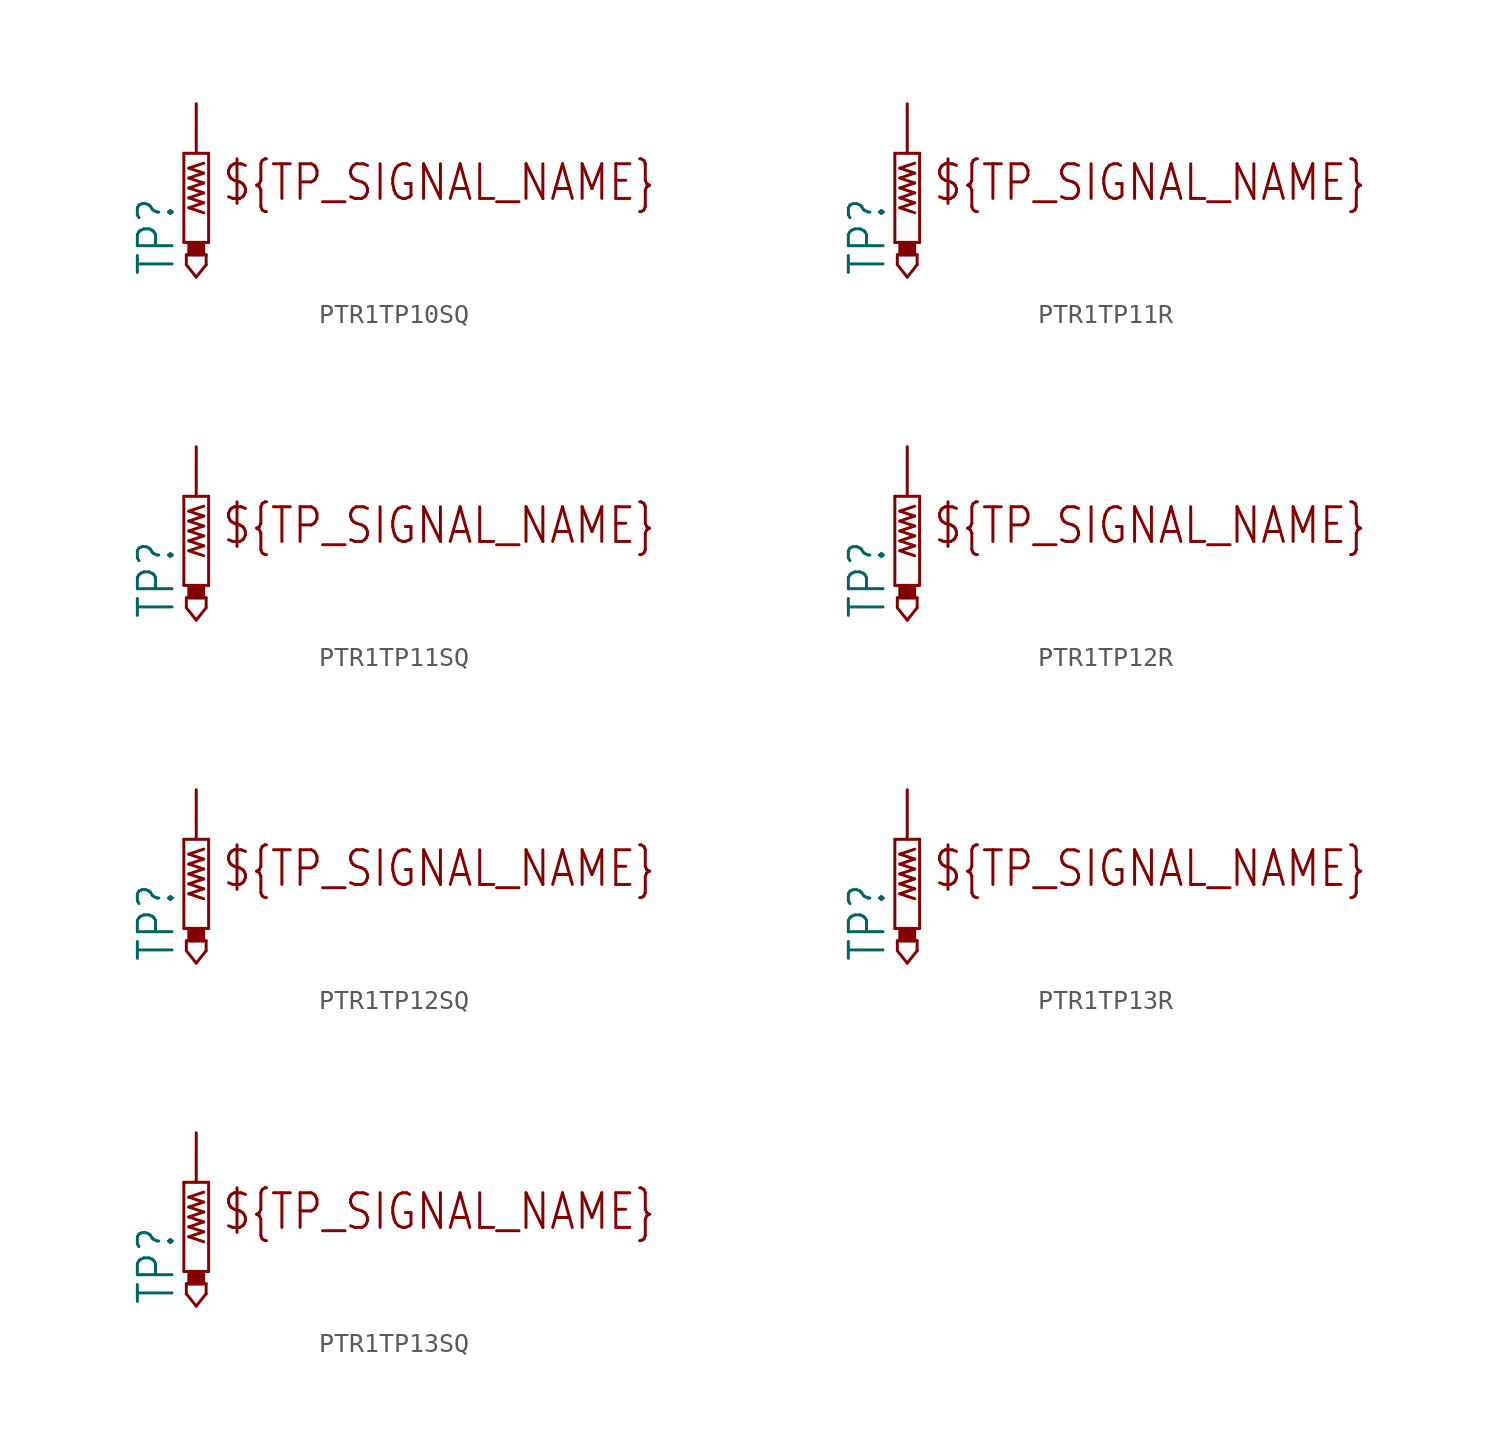
<source format=kicad_sym>
(kicad_symbol_lib
  (version 20231120)
  (generator "kicad_symbol_editor")
  (generator_version "8.0")
  (symbol "PTR1TP10SQ"
    (property "Reference" "TP"
      (at -1.016 -6.35 90)
      (effects (font (size 1.778 1.511)) (justify left bottom)))
    (property "ki_locked" ""
      (at 0 0 0)
      (effects (font (size 1.27 1.27))))
    (symbol "PTR1TP10SQ_1_0"
      (rectangle (start -0.381 -5.207) (end 0.381 -4.572) (stroke (width 0) (type default)) (fill (type outline)))
      (polyline (pts (xy -0.635 0) (xy -0.635 -4.572)) (stroke (width 0.152) (type solid)) (fill (type none)))
      (polyline (pts (xy -0.508 -5.715) (xy 0 -6.35)) (stroke (width 0.152) (type solid)) (fill (type none)))
      (polyline (pts (xy -0.508 -5.207) (xy -0.508 -5.715)) (stroke (width 0.152) (type solid)) (fill (type none)))
      (polyline (pts (xy -0.381 -2.794) (xy 0.381 -2.54)) (stroke (width 0.152) (type solid)) (fill (type none)))
      (polyline (pts (xy -0.381 -2.286) (xy 0.381 -2.032)) (stroke (width 0.152) (type solid)) (fill (type none)))
      (polyline (pts (xy -0.381 -1.778) (xy 0.381 -1.524)) (stroke (width 0.152) (type solid)) (fill (type none)))
      (polyline (pts (xy -0.381 -1.27) (xy 0.381 -1.016)) (stroke (width 0.152) (type solid)) (fill (type none)))
      (polyline (pts (xy -0.381 -0.762) (xy 0.381 -0.508)) (stroke (width 0.152) (type solid)) (fill (type none)))
      (polyline (pts (xy 0 -6.35) (xy 0.508 -5.715)) (stroke (width 0.152) (type solid)) (fill (type none)))
      (polyline (pts (xy 0.381 -3.048) (xy -0.381 -2.794)) (stroke (width 0.152) (type solid)) (fill (type none)))
      (polyline (pts (xy 0.381 -2.54) (xy -0.381 -2.286)) (stroke (width 0.152) (type solid)) (fill (type none)))
      (polyline (pts (xy 0.381 -2.032) (xy -0.381 -1.778)) (stroke (width 0.152) (type solid)) (fill (type none)))
      (polyline (pts (xy 0.381 -1.524) (xy -0.381 -1.27)) (stroke (width 0.152) (type solid)) (fill (type none)))
      (polyline (pts (xy 0.381 -1.016) (xy -0.381 -0.762)) (stroke (width 0.152) (type solid)) (fill (type none)))
      (polyline (pts (xy 0.508 -5.715) (xy 0.508 -5.207)) (stroke (width 0.152) (type solid)) (fill (type none)))
      (polyline (pts (xy 0.508 -5.207) (xy -0.508 -5.207)) (stroke (width 0.152) (type solid)) (fill (type none)))
      (polyline (pts (xy 0.635 -4.572) (xy -0.635 -4.572)) (stroke (width 0.152) (type solid)) (fill (type none)))
      (polyline (pts (xy 0.635 -4.572) (xy 0.635 0)) (stroke (width 0.152) (type solid)) (fill (type none)))
      (polyline (pts (xy 0.635 0) (xy -0.635 0)) (stroke (width 0.152) (type solid)) (fill (type none)))
      (text "${TP_SIGNAL_NAME}" (at 1.27 -2.54 0) (effects (font (size 1.778 1.511)) (justify left bottom)))
      (pin input line (at 0 2.54 270) (length 2.54) (name "TP" (effects (font (size 0 0)))) (number "TP" (effects (font (size 0 0)))))))
  (symbol "PTR1TP11R"
    (property "Reference" "TP"
      (at -1.016 -6.35 90)
      (effects (font (size 1.778 1.511)) (justify left bottom)))
    (property "ki_locked" ""
      (at 0 0 0)
      (effects (font (size 1.27 1.27))))
    (symbol "PTR1TP11R_1_0"
      (rectangle (start -0.381 -5.207) (end 0.381 -4.572) (stroke (width 0) (type default)) (fill (type outline)))
      (polyline (pts (xy -0.635 0) (xy -0.635 -4.572)) (stroke (width 0.152) (type solid)) (fill (type none)))
      (polyline (pts (xy -0.508 -5.715) (xy 0 -6.35)) (stroke (width 0.152) (type solid)) (fill (type none)))
      (polyline (pts (xy -0.508 -5.207) (xy -0.508 -5.715)) (stroke (width 0.152) (type solid)) (fill (type none)))
      (polyline (pts (xy -0.381 -2.794) (xy 0.381 -2.54)) (stroke (width 0.152) (type solid)) (fill (type none)))
      (polyline (pts (xy -0.381 -2.286) (xy 0.381 -2.032)) (stroke (width 0.152) (type solid)) (fill (type none)))
      (polyline (pts (xy -0.381 -1.778) (xy 0.381 -1.524)) (stroke (width 0.152) (type solid)) (fill (type none)))
      (polyline (pts (xy -0.381 -1.27) (xy 0.381 -1.016)) (stroke (width 0.152) (type solid)) (fill (type none)))
      (polyline (pts (xy -0.381 -0.762) (xy 0.381 -0.508)) (stroke (width 0.152) (type solid)) (fill (type none)))
      (polyline (pts (xy 0 -6.35) (xy 0.508 -5.715)) (stroke (width 0.152) (type solid)) (fill (type none)))
      (polyline (pts (xy 0.381 -3.048) (xy -0.381 -2.794)) (stroke (width 0.152) (type solid)) (fill (type none)))
      (polyline (pts (xy 0.381 -2.54) (xy -0.381 -2.286)) (stroke (width 0.152) (type solid)) (fill (type none)))
      (polyline (pts (xy 0.381 -2.032) (xy -0.381 -1.778)) (stroke (width 0.152) (type solid)) (fill (type none)))
      (polyline (pts (xy 0.381 -1.524) (xy -0.381 -1.27)) (stroke (width 0.152) (type solid)) (fill (type none)))
      (polyline (pts (xy 0.381 -1.016) (xy -0.381 -0.762)) (stroke (width 0.152) (type solid)) (fill (type none)))
      (polyline (pts (xy 0.508 -5.715) (xy 0.508 -5.207)) (stroke (width 0.152) (type solid)) (fill (type none)))
      (polyline (pts (xy 0.508 -5.207) (xy -0.508 -5.207)) (stroke (width 0.152) (type solid)) (fill (type none)))
      (polyline (pts (xy 0.635 -4.572) (xy -0.635 -4.572)) (stroke (width 0.152) (type solid)) (fill (type none)))
      (polyline (pts (xy 0.635 -4.572) (xy 0.635 0)) (stroke (width 0.152) (type solid)) (fill (type none)))
      (polyline (pts (xy 0.635 0) (xy -0.635 0)) (stroke (width 0.152) (type solid)) (fill (type none)))
      (text "${TP_SIGNAL_NAME}" (at 1.27 -2.54 0) (effects (font (size 1.778 1.511)) (justify left bottom)))
      (pin input line (at 0 2.54 270) (length 2.54) (name "TP" (effects (font (size 0 0)))) (number "TP" (effects (font (size 0 0)))))))
  (symbol "PTR1TP11SQ"
    (property "Reference" "TP"
      (at -1.016 -6.35 90)
      (effects (font (size 1.778 1.511)) (justify left bottom)))
    (property "ki_locked" ""
      (at 0 0 0)
      (effects (font (size 1.27 1.27))))
    (symbol "PTR1TP11SQ_1_0"
      (rectangle (start -0.381 -5.207) (end 0.381 -4.572) (stroke (width 0) (type default)) (fill (type outline)))
      (polyline (pts (xy -0.635 0) (xy -0.635 -4.572)) (stroke (width 0.152) (type solid)) (fill (type none)))
      (polyline (pts (xy -0.508 -5.715) (xy 0 -6.35)) (stroke (width 0.152) (type solid)) (fill (type none)))
      (polyline (pts (xy -0.508 -5.207) (xy -0.508 -5.715)) (stroke (width 0.152) (type solid)) (fill (type none)))
      (polyline (pts (xy -0.381 -2.794) (xy 0.381 -2.54)) (stroke (width 0.152) (type solid)) (fill (type none)))
      (polyline (pts (xy -0.381 -2.286) (xy 0.381 -2.032)) (stroke (width 0.152) (type solid)) (fill (type none)))
      (polyline (pts (xy -0.381 -1.778) (xy 0.381 -1.524)) (stroke (width 0.152) (type solid)) (fill (type none)))
      (polyline (pts (xy -0.381 -1.27) (xy 0.381 -1.016)) (stroke (width 0.152) (type solid)) (fill (type none)))
      (polyline (pts (xy -0.381 -0.762) (xy 0.381 -0.508)) (stroke (width 0.152) (type solid)) (fill (type none)))
      (polyline (pts (xy 0 -6.35) (xy 0.508 -5.715)) (stroke (width 0.152) (type solid)) (fill (type none)))
      (polyline (pts (xy 0.381 -3.048) (xy -0.381 -2.794)) (stroke (width 0.152) (type solid)) (fill (type none)))
      (polyline (pts (xy 0.381 -2.54) (xy -0.381 -2.286)) (stroke (width 0.152) (type solid)) (fill (type none)))
      (polyline (pts (xy 0.381 -2.032) (xy -0.381 -1.778)) (stroke (width 0.152) (type solid)) (fill (type none)))
      (polyline (pts (xy 0.381 -1.524) (xy -0.381 -1.27)) (stroke (width 0.152) (type solid)) (fill (type none)))
      (polyline (pts (xy 0.381 -1.016) (xy -0.381 -0.762)) (stroke (width 0.152) (type solid)) (fill (type none)))
      (polyline (pts (xy 0.508 -5.715) (xy 0.508 -5.207)) (stroke (width 0.152) (type solid)) (fill (type none)))
      (polyline (pts (xy 0.508 -5.207) (xy -0.508 -5.207)) (stroke (width 0.152) (type solid)) (fill (type none)))
      (polyline (pts (xy 0.635 -4.572) (xy -0.635 -4.572)) (stroke (width 0.152) (type solid)) (fill (type none)))
      (polyline (pts (xy 0.635 -4.572) (xy 0.635 0)) (stroke (width 0.152) (type solid)) (fill (type none)))
      (polyline (pts (xy 0.635 0) (xy -0.635 0)) (stroke (width 0.152) (type solid)) (fill (type none)))
      (text "${TP_SIGNAL_NAME}" (at 1.27 -2.54 0) (effects (font (size 1.778 1.511)) (justify left bottom)))
      (pin input line (at 0 2.54 270) (length 2.54) (name "TP" (effects (font (size 0 0)))) (number "TP" (effects (font (size 0 0)))))))
  (symbol "PTR1TP12R"
    (property "Reference" "TP"
      (at -1.016 -6.35 90)
      (effects (font (size 1.778 1.511)) (justify left bottom)))
    (property "ki_locked" ""
      (at 0 0 0)
      (effects (font (size 1.27 1.27))))
    (symbol "PTR1TP12R_1_0"
      (rectangle (start -0.381 -5.207) (end 0.381 -4.572) (stroke (width 0) (type default)) (fill (type outline)))
      (polyline (pts (xy -0.635 0) (xy -0.635 -4.572)) (stroke (width 0.152) (type solid)) (fill (type none)))
      (polyline (pts (xy -0.508 -5.715) (xy 0 -6.35)) (stroke (width 0.152) (type solid)) (fill (type none)))
      (polyline (pts (xy -0.508 -5.207) (xy -0.508 -5.715)) (stroke (width 0.152) (type solid)) (fill (type none)))
      (polyline (pts (xy -0.381 -2.794) (xy 0.381 -2.54)) (stroke (width 0.152) (type solid)) (fill (type none)))
      (polyline (pts (xy -0.381 -2.286) (xy 0.381 -2.032)) (stroke (width 0.152) (type solid)) (fill (type none)))
      (polyline (pts (xy -0.381 -1.778) (xy 0.381 -1.524)) (stroke (width 0.152) (type solid)) (fill (type none)))
      (polyline (pts (xy -0.381 -1.27) (xy 0.381 -1.016)) (stroke (width 0.152) (type solid)) (fill (type none)))
      (polyline (pts (xy -0.381 -0.762) (xy 0.381 -0.508)) (stroke (width 0.152) (type solid)) (fill (type none)))
      (polyline (pts (xy 0 -6.35) (xy 0.508 -5.715)) (stroke (width 0.152) (type solid)) (fill (type none)))
      (polyline (pts (xy 0.381 -3.048) (xy -0.381 -2.794)) (stroke (width 0.152) (type solid)) (fill (type none)))
      (polyline (pts (xy 0.381 -2.54) (xy -0.381 -2.286)) (stroke (width 0.152) (type solid)) (fill (type none)))
      (polyline (pts (xy 0.381 -2.032) (xy -0.381 -1.778)) (stroke (width 0.152) (type solid)) (fill (type none)))
      (polyline (pts (xy 0.381 -1.524) (xy -0.381 -1.27)) (stroke (width 0.152) (type solid)) (fill (type none)))
      (polyline (pts (xy 0.381 -1.016) (xy -0.381 -0.762)) (stroke (width 0.152) (type solid)) (fill (type none)))
      (polyline (pts (xy 0.508 -5.715) (xy 0.508 -5.207)) (stroke (width 0.152) (type solid)) (fill (type none)))
      (polyline (pts (xy 0.508 -5.207) (xy -0.508 -5.207)) (stroke (width 0.152) (type solid)) (fill (type none)))
      (polyline (pts (xy 0.635 -4.572) (xy -0.635 -4.572)) (stroke (width 0.152) (type solid)) (fill (type none)))
      (polyline (pts (xy 0.635 -4.572) (xy 0.635 0)) (stroke (width 0.152) (type solid)) (fill (type none)))
      (polyline (pts (xy 0.635 0) (xy -0.635 0)) (stroke (width 0.152) (type solid)) (fill (type none)))
      (text "${TP_SIGNAL_NAME}" (at 1.27 -2.54 0) (effects (font (size 1.778 1.511)) (justify left bottom)))
      (pin input line (at 0 2.54 270) (length 2.54) (name "TP" (effects (font (size 0 0)))) (number "TP" (effects (font (size 0 0)))))))
  (symbol "PTR1TP12SQ"
    (property "Reference" "TP"
      (at -1.016 -6.35 90)
      (effects (font (size 1.778 1.511)) (justify left bottom)))
    (property "ki_locked" ""
      (at 0 0 0)
      (effects (font (size 1.27 1.27))))
    (symbol "PTR1TP12SQ_1_0"
      (rectangle (start -0.381 -5.207) (end 0.381 -4.572) (stroke (width 0) (type default)) (fill (type outline)))
      (polyline (pts (xy -0.635 0) (xy -0.635 -4.572)) (stroke (width 0.152) (type solid)) (fill (type none)))
      (polyline (pts (xy -0.508 -5.715) (xy 0 -6.35)) (stroke (width 0.152) (type solid)) (fill (type none)))
      (polyline (pts (xy -0.508 -5.207) (xy -0.508 -5.715)) (stroke (width 0.152) (type solid)) (fill (type none)))
      (polyline (pts (xy -0.381 -2.794) (xy 0.381 -2.54)) (stroke (width 0.152) (type solid)) (fill (type none)))
      (polyline (pts (xy -0.381 -2.286) (xy 0.381 -2.032)) (stroke (width 0.152) (type solid)) (fill (type none)))
      (polyline (pts (xy -0.381 -1.778) (xy 0.381 -1.524)) (stroke (width 0.152) (type solid)) (fill (type none)))
      (polyline (pts (xy -0.381 -1.27) (xy 0.381 -1.016)) (stroke (width 0.152) (type solid)) (fill (type none)))
      (polyline (pts (xy -0.381 -0.762) (xy 0.381 -0.508)) (stroke (width 0.152) (type solid)) (fill (type none)))
      (polyline (pts (xy 0 -6.35) (xy 0.508 -5.715)) (stroke (width 0.152) (type solid)) (fill (type none)))
      (polyline (pts (xy 0.381 -3.048) (xy -0.381 -2.794)) (stroke (width 0.152) (type solid)) (fill (type none)))
      (polyline (pts (xy 0.381 -2.54) (xy -0.381 -2.286)) (stroke (width 0.152) (type solid)) (fill (type none)))
      (polyline (pts (xy 0.381 -2.032) (xy -0.381 -1.778)) (stroke (width 0.152) (type solid)) (fill (type none)))
      (polyline (pts (xy 0.381 -1.524) (xy -0.381 -1.27)) (stroke (width 0.152) (type solid)) (fill (type none)))
      (polyline (pts (xy 0.381 -1.016) (xy -0.381 -0.762)) (stroke (width 0.152) (type solid)) (fill (type none)))
      (polyline (pts (xy 0.508 -5.715) (xy 0.508 -5.207)) (stroke (width 0.152) (type solid)) (fill (type none)))
      (polyline (pts (xy 0.508 -5.207) (xy -0.508 -5.207)) (stroke (width 0.152) (type solid)) (fill (type none)))
      (polyline (pts (xy 0.635 -4.572) (xy -0.635 -4.572)) (stroke (width 0.152) (type solid)) (fill (type none)))
      (polyline (pts (xy 0.635 -4.572) (xy 0.635 0)) (stroke (width 0.152) (type solid)) (fill (type none)))
      (polyline (pts (xy 0.635 0) (xy -0.635 0)) (stroke (width 0.152) (type solid)) (fill (type none)))
      (text "${TP_SIGNAL_NAME}" (at 1.27 -2.54 0) (effects (font (size 1.778 1.511)) (justify left bottom)))
      (pin input line (at 0 2.54 270) (length 2.54) (name "TP" (effects (font (size 0 0)))) (number "TP" (effects (font (size 0 0)))))))
  (symbol "PTR1TP13R"
    (property "Reference" "TP"
      (at -1.016 -6.35 90)
      (effects (font (size 1.778 1.511)) (justify left bottom)))
    (property "ki_locked" ""
      (at 0 0 0)
      (effects (font (size 1.27 1.27))))
    (symbol "PTR1TP13R_1_0"
      (rectangle (start -0.381 -5.207) (end 0.381 -4.572) (stroke (width 0) (type default)) (fill (type outline)))
      (polyline (pts (xy -0.635 0) (xy -0.635 -4.572)) (stroke (width 0.152) (type solid)) (fill (type none)))
      (polyline (pts (xy -0.508 -5.715) (xy 0 -6.35)) (stroke (width 0.152) (type solid)) (fill (type none)))
      (polyline (pts (xy -0.508 -5.207) (xy -0.508 -5.715)) (stroke (width 0.152) (type solid)) (fill (type none)))
      (polyline (pts (xy -0.381 -2.794) (xy 0.381 -2.54)) (stroke (width 0.152) (type solid)) (fill (type none)))
      (polyline (pts (xy -0.381 -2.286) (xy 0.381 -2.032)) (stroke (width 0.152) (type solid)) (fill (type none)))
      (polyline (pts (xy -0.381 -1.778) (xy 0.381 -1.524)) (stroke (width 0.152) (type solid)) (fill (type none)))
      (polyline (pts (xy -0.381 -1.27) (xy 0.381 -1.016)) (stroke (width 0.152) (type solid)) (fill (type none)))
      (polyline (pts (xy -0.381 -0.762) (xy 0.381 -0.508)) (stroke (width 0.152) (type solid)) (fill (type none)))
      (polyline (pts (xy 0 -6.35) (xy 0.508 -5.715)) (stroke (width 0.152) (type solid)) (fill (type none)))
      (polyline (pts (xy 0.381 -3.048) (xy -0.381 -2.794)) (stroke (width 0.152) (type solid)) (fill (type none)))
      (polyline (pts (xy 0.381 -2.54) (xy -0.381 -2.286)) (stroke (width 0.152) (type solid)) (fill (type none)))
      (polyline (pts (xy 0.381 -2.032) (xy -0.381 -1.778)) (stroke (width 0.152) (type solid)) (fill (type none)))
      (polyline (pts (xy 0.381 -1.524) (xy -0.381 -1.27)) (stroke (width 0.152) (type solid)) (fill (type none)))
      (polyline (pts (xy 0.381 -1.016) (xy -0.381 -0.762)) (stroke (width 0.152) (type solid)) (fill (type none)))
      (polyline (pts (xy 0.508 -5.715) (xy 0.508 -5.207)) (stroke (width 0.152) (type solid)) (fill (type none)))
      (polyline (pts (xy 0.508 -5.207) (xy -0.508 -5.207)) (stroke (width 0.152) (type solid)) (fill (type none)))
      (polyline (pts (xy 0.635 -4.572) (xy -0.635 -4.572)) (stroke (width 0.152) (type solid)) (fill (type none)))
      (polyline (pts (xy 0.635 -4.572) (xy 0.635 0)) (stroke (width 0.152) (type solid)) (fill (type none)))
      (polyline (pts (xy 0.635 0) (xy -0.635 0)) (stroke (width 0.152) (type solid)) (fill (type none)))
      (text "${TP_SIGNAL_NAME}" (at 1.27 -2.54 0) (effects (font (size 1.778 1.511)) (justify left bottom)))
      (pin input line (at 0 2.54 270) (length 2.54) (name "TP" (effects (font (size 0 0)))) (number "TP" (effects (font (size 0 0)))))))
  (symbol "PTR1TP13SQ"
    (property "Reference" "TP"
      (at -1.016 -6.35 90)
      (effects (font (size 1.778 1.511)) (justify left bottom)))
    (property "ki_locked" ""
      (at 0 0 0)
      (effects (font (size 1.27 1.27))))
    (symbol "PTR1TP13SQ_1_0"
      (rectangle (start -0.381 -5.207) (end 0.381 -4.572) (stroke (width 0) (type default)) (fill (type outline)))
      (polyline (pts (xy -0.635 0) (xy -0.635 -4.572)) (stroke (width 0.152) (type solid)) (fill (type none)))
      (polyline (pts (xy -0.508 -5.715) (xy 0 -6.35)) (stroke (width 0.152) (type solid)) (fill (type none)))
      (polyline (pts (xy -0.508 -5.207) (xy -0.508 -5.715)) (stroke (width 0.152) (type solid)) (fill (type none)))
      (polyline (pts (xy -0.381 -2.794) (xy 0.381 -2.54)) (stroke (width 0.152) (type solid)) (fill (type none)))
      (polyline (pts (xy -0.381 -2.286) (xy 0.381 -2.032)) (stroke (width 0.152) (type solid)) (fill (type none)))
      (polyline (pts (xy -0.381 -1.778) (xy 0.381 -1.524)) (stroke (width 0.152) (type solid)) (fill (type none)))
      (polyline (pts (xy -0.381 -1.27) (xy 0.381 -1.016)) (stroke (width 0.152) (type solid)) (fill (type none)))
      (polyline (pts (xy -0.381 -0.762) (xy 0.381 -0.508)) (stroke (width 0.152) (type solid)) (fill (type none)))
      (polyline (pts (xy 0 -6.35) (xy 0.508 -5.715)) (stroke (width 0.152) (type solid)) (fill (type none)))
      (polyline (pts (xy 0.381 -3.048) (xy -0.381 -2.794)) (stroke (width 0.152) (type solid)) (fill (type none)))
      (polyline (pts (xy 0.381 -2.54) (xy -0.381 -2.286)) (stroke (width 0.152) (type solid)) (fill (type none)))
      (polyline (pts (xy 0.381 -2.032) (xy -0.381 -1.778)) (stroke (width 0.152) (type solid)) (fill (type none)))
      (polyline (pts (xy 0.381 -1.524) (xy -0.381 -1.27)) (stroke (width 0.152) (type solid)) (fill (type none)))
      (polyline (pts (xy 0.381 -1.016) (xy -0.381 -0.762)) (stroke (width 0.152) (type solid)) (fill (type none)))
      (polyline (pts (xy 0.508 -5.715) (xy 0.508 -5.207)) (stroke (width 0.152) (type solid)) (fill (type none)))
      (polyline (pts (xy 0.508 -5.207) (xy -0.508 -5.207)) (stroke (width 0.152) (type solid)) (fill (type none)))
      (polyline (pts (xy 0.635 -4.572) (xy -0.635 -4.572)) (stroke (width 0.152) (type solid)) (fill (type none)))
      (polyline (pts (xy 0.635 -4.572) (xy 0.635 0)) (stroke (width 0.152) (type solid)) (fill (type none)))
      (polyline (pts (xy 0.635 0) (xy -0.635 0)) (stroke (width 0.152) (type solid)) (fill (type none)))
      (text "${TP_SIGNAL_NAME}" (at 1.27 -2.54 0) (effects (font (size 1.778 1.511)) (justify left bottom)))
      (pin input line (at 0 2.54 270) (length 2.54) (name "TP" (effects (font (size 0 0)))) (number "TP" (effects (font (size 0 0))))))))
</source>
